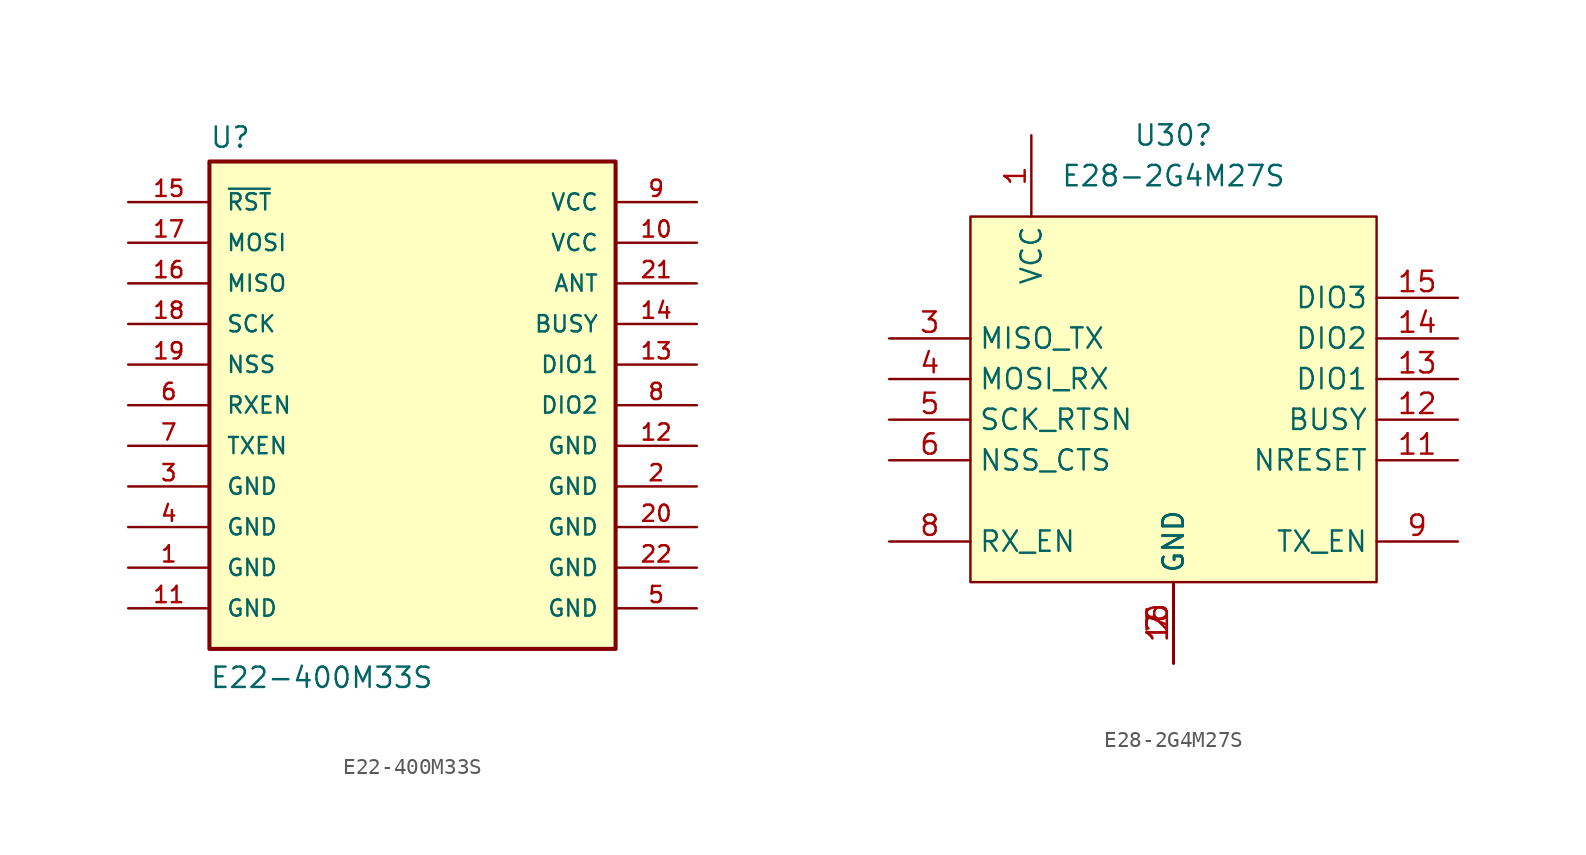
<source format=kicad_sym>
(kicad_symbol_lib
  (version 20241209)
  (generator "kicad_symbol_editor")
  (generator_version "9.0")
  (symbol "E22-400M33S"
    (pin_names
      (offset 1.016))
    (property "Reference" "U"
      (at -12.7 16.002 0)
      (effects (font (size 1.27 1.27)) (justify left bottom)))
    (property "Value" "E22-400M33S"
      (at -12.7 -17.78 0)
      (effects (font (size 1.27 1.27)) (justify left bottom)))
    (symbol "E22-400M33S_0_0"
      (rectangle (start -12.7 15.24) (end 12.7 -15.24) (stroke (width 0.254) (type default)) (fill (type background)))
      (pin input line (at -17.78 12.7 0) (length 5.08) (name "~{RST}" (effects (font (size 1.016 1.016)))) (number "15" (effects (font (size 1.016 1.016)))))
      (pin input line (at -17.78 10.16 0) (length 5.08) (name "MOSI" (effects (font (size 1.016 1.016)))) (number "17" (effects (font (size 1.016 1.016)))))
      (pin output line (at -17.78 7.62 0) (length 5.08) (name "MISO" (effects (font (size 1.016 1.016)))) (number "16" (effects (font (size 1.016 1.016)))))
      (pin input line (at -17.78 5.08 0) (length 5.08) (name "SCK" (effects (font (size 1.016 1.016)))) (number "18" (effects (font (size 1.016 1.016)))))
      (pin input line (at -17.78 2.54 0) (length 5.08) (name "NSS" (effects (font (size 1.016 1.016)))) (number "19" (effects (font (size 1.016 1.016)))))
      (pin input line (at -17.78 0 0) (length 5.08) (name "RXEN" (effects (font (size 1.016 1.016)))) (number "6" (effects (font (size 1.016 1.016)))))
      (pin input line (at -17.78 -2.54 0) (length 5.08) (name "TXEN" (effects (font (size 1.016 1.016)))) (number "7" (effects (font (size 1.016 1.016)))))
      (pin power_in line (at -17.78 -5.08 0) (length 5.08) (name "GND" (effects (font (size 1.016 1.016)))) (number "3" (effects (font (size 1.016 1.016)))))
      (pin power_in line (at -17.78 -7.62 0) (length 5.08) (name "GND" (effects (font (size 1.016 1.016)))) (number "4" (effects (font (size 1.016 1.016)))))
      (pin power_in line (at -17.78 -10.16 0) (length 5.08) (name "GND" (effects (font (size 1.016 1.016)))) (number "1" (effects (font (size 1.016 1.016)))))
      (pin power_in line (at -17.78 -12.7 0) (length 5.08) (name "GND" (effects (font (size 1.016 1.016)))) (number "11" (effects (font (size 1.016 1.016)))))
      (pin power_in line (at 17.78 12.7 180) (length 5.08) (name "VCC" (effects (font (size 1.016 1.016)))) (number "9" (effects (font (size 1.016 1.016)))))
      (pin power_in line (at 17.78 10.16 180) (length 5.08) (name "VCC" (effects (font (size 1.016 1.016)))) (number "10" (effects (font (size 1.016 1.016)))))
      (pin output line (at 17.78 7.62 180) (length 5.08) (name "ANT" (effects (font (size 1.016 1.016)))) (number "21" (effects (font (size 1.016 1.016)))))
      (pin output line (at 17.78 5.08 180) (length 5.08) (name "BUSY" (effects (font (size 1.016 1.016)))) (number "14" (effects (font (size 1.016 1.016)))))
      (pin bidirectional line (at 17.78 2.54 180) (length 5.08) (name "DIO1" (effects (font (size 1.016 1.016)))) (number "13" (effects (font (size 1.016 1.016)))))
      (pin bidirectional line (at 17.78 0 180) (length 5.08) (name "DIO2" (effects (font (size 1.016 1.016)))) (number "8" (effects (font (size 1.016 1.016)))))
      (pin power_in line (at 17.78 -2.54 180) (length 5.08) (name "GND" (effects (font (size 1.016 1.016)))) (number "12" (effects (font (size 1.016 1.016)))))
      (pin power_in line (at 17.78 -5.08 180) (length 5.08) (name "GND" (effects (font (size 1.016 1.016)))) (number "2" (effects (font (size 1.016 1.016)))))
      (pin power_in line (at 17.78 -7.62 180) (length 5.08) (name "GND" (effects (font (size 1.016 1.016)))) (number "20" (effects (font (size 1.016 1.016)))))
      (pin power_in line (at 17.78 -10.16 180) (length 5.08) (name "GND" (effects (font (size 1.016 1.016)))) (number "22" (effects (font (size 1.016 1.016)))))
      (pin power_in line (at 17.78 -12.7 180) (length 5.08) (name "GND" (effects (font (size 1.016 1.016)))) (number "5" (effects (font (size 1.016 1.016)))))))
  (symbol "E28-2G4M27S"
    (property "Reference" "U30"
      (at 0 12.7 0)
      (effects (font (size 1.27 1.27))))
    (property "Value" "E28-2G4M27S"
      (at 0 10.16 0)
      (effects (font (size 1.27 1.27))))
    (symbol "E28-2G4M27S_0_1"
      (rectangle (start -12.7 7.62) (end 12.7 -15.24) (stroke (width 0) (type default)) (fill (type background)))
      (pin unspecified line (at -17.78 0 0) (length 5.08) (name "MISO_TX" (effects (font (size 1.27 1.27)))) (number "3" (effects (font (size 1.27 1.27)))))
      (pin unspecified line (at -17.78 -2.54 0) (length 5.08) (name "MOSI_RX" (effects (font (size 1.27 1.27)))) (number "4" (effects (font (size 1.27 1.27)))))
      (pin unspecified line (at -17.78 -5.08 0) (length 5.08) (name "SCK_RTSN" (effects (font (size 1.27 1.27)))) (number "5" (effects (font (size 1.27 1.27)))))
      (pin unspecified line (at -17.78 -7.62 0) (length 5.08) (name "NSS_CTS" (effects (font (size 1.27 1.27)))) (number "6" (effects (font (size 1.27 1.27)))))
      (pin unspecified line (at -17.78 -12.7 0) (length 5.08) (name "RX_EN" (effects (font (size 1.27 1.27)))) (number "8" (effects (font (size 1.27 1.27)))))
      (pin unspecified line (at -8.89 12.7 270) (length 5.08) (name "VCC" (effects (font (size 1.27 1.27)))) (number "1" (effects (font (size 1.27 1.27)))))
      (pin unspecified line (at 0 -20.32 90) (length 5.08) (name "GND" (effects (font (size 1.27 1.27)))) (number "10" (effects (font (size 1.27 1.27)))))
      (pin unspecified line (at 0 -20.32 90) (length 5.08) (name "GND" (effects (font (size 1.27 1.27)))) (number "16" (effects (font (size 1.27 1.27)))))
      (pin unspecified line (at 0 -20.32 90) (length 5.08) (name "GND" (effects (font (size 1.27 1.27)))) (number "2" (effects (font (size 1.27 1.27)))))
      (pin unspecified line (at 0 -20.32 90) (length 5.08) (name "GND" (effects (font (size 1.27 1.27)))) (number "7" (effects (font (size 1.27 1.27)))))
      (pin unspecified line (at 17.78 2.54 180) (length 5.08) (name "DIO3" (effects (font (size 1.27 1.27)))) (number "15" (effects (font (size 1.27 1.27)))))
      (pin unspecified line (at 17.78 0 180) (length 5.08) (name "DIO2" (effects (font (size 1.27 1.27)))) (number "14" (effects (font (size 1.27 1.27)))))
      (pin unspecified line (at 17.78 -2.54 180) (length 5.08) (name "DIO1" (effects (font (size 1.27 1.27)))) (number "13" (effects (font (size 1.27 1.27)))))
      (pin unspecified line (at 17.78 -5.08 180) (length 5.08) (name "BUSY" (effects (font (size 1.27 1.27)))) (number "12" (effects (font (size 1.27 1.27)))))
      (pin unspecified line (at 17.78 -7.62 180) (length 5.08) (name "NRESET" (effects (font (size 1.27 1.27)))) (number "11" (effects (font (size 1.27 1.27)))))
      (pin unspecified line (at 17.78 -12.7 180) (length 5.08) (name "TX_EN" (effects (font (size 1.27 1.27)))) (number "9" (effects (font (size 1.27 1.27))))))))
</source>
